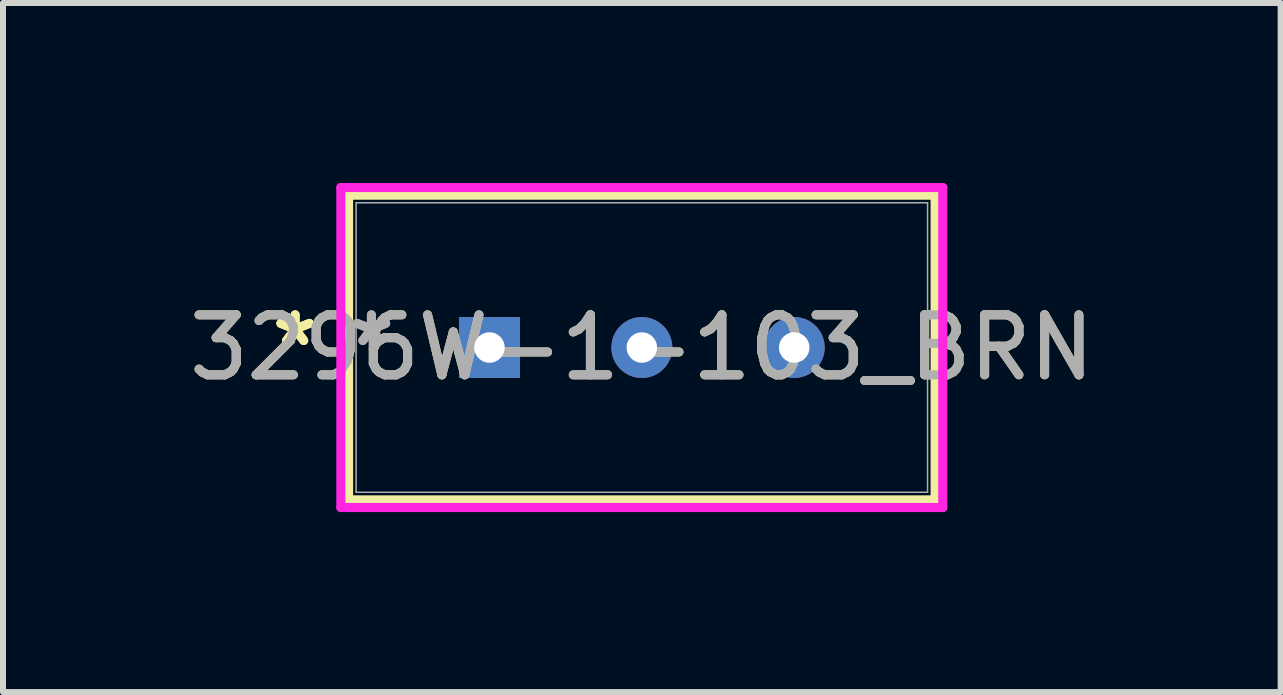
<source format=kicad_pcb>
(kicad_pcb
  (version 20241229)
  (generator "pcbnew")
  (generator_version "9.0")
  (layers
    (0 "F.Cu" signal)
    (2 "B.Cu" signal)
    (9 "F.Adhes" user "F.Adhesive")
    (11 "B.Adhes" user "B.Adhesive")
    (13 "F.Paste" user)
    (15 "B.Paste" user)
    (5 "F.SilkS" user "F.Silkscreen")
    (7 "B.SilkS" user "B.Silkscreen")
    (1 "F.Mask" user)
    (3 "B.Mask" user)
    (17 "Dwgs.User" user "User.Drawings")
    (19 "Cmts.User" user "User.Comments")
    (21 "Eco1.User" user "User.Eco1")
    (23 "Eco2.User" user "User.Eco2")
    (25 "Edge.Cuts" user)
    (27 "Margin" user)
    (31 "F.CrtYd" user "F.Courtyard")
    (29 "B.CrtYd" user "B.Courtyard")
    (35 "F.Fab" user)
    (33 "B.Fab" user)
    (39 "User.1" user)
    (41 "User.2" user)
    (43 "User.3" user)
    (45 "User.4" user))
  (footprint "3296W-1-103_BRN"
    (layer "F.Cu")
    (at 5.109 2.743)
    (property "Reference" "3296W-1-103_BRN" (at 2.54 0 0) (unlocked yes) (layer "F.SilkS") (effects (font (size 1 1) (thickness 0.15))))
    (attr through_hole)
    (fp_line (start -2.349 -2.54) (end -2.349 2.54) (stroke (width 0.152) (type solid)) (layer "F.SilkS"))
    (fp_line (start -2.349 2.54) (end 7.429 2.54) (stroke (width 0.152) (type solid)) (layer "F.SilkS"))
    (fp_line (start 7.429 -2.54) (end -2.349 -2.54) (stroke (width 0.152) (type solid)) (layer "F.SilkS"))
    (fp_line (start 7.429 2.54) (end 7.429 -2.54) (stroke (width 0.152) (type solid)) (layer "F.SilkS"))
    (fp_line (start -2.477 -2.667) (end 7.556 -2.667) (stroke (width 0.152) (type solid)) (layer "F.CrtYd"))
    (fp_line (start -2.477 2.667) (end -2.477 -2.667) (stroke (width 0.152) (type solid)) (layer "F.CrtYd"))
    (fp_line (start 7.556 -2.667) (end 7.556 2.667) (stroke (width 0.152) (type solid)) (layer "F.CrtYd"))
    (fp_line (start 7.556 2.667) (end -2.477 2.667) (stroke (width 0.152) (type solid)) (layer "F.CrtYd"))
    (fp_line (start -2.223 -2.413) (end -2.223 2.413) (stroke (width 0.025) (type solid)) (layer "F.Fab"))
    (fp_line (start -2.223 2.413) (end 7.303 2.413) (stroke (width 0.025) (type solid)) (layer "F.Fab"))
    (fp_line (start 7.303 -2.413) (end -2.223 -2.413) (stroke (width 0.025) (type solid)) (layer "F.Fab"))
    (fp_line (start 7.303 2.413) (end 7.303 -2.413) (stroke (width 0.025) (type solid)) (layer "F.Fab"))
    (fp_text user "*" (at -3.239 0 0) (unlocked yes) (layer "F.SilkS") (effects (font (size 1 1) (thickness 0.15))))
    (fp_text user "*" (at -3.239 0 0) (layer "F.SilkS") (effects (font (size 1 1) (thickness 0.15))))
    (fp_text user "*" (at -1.968 0 0) (unlocked yes) (layer "F.Fab") (effects (font (size 1 1) (thickness 0.15))))
    (fp_text user "*" (at -1.968 0 0) (layer "F.Fab") (effects (font (size 1 1) (thickness 0.15))))
    (fp_text user "${REFERENCE}" (at 2.54 0 0) (unlocked yes) (layer "F.Fab") (effects (font (size 1 1) (thickness 0.15))))
    (pad "1" thru_hole rect (at 0 0) (size 1.016 1.016) (drill 0.508) (layers "*.Cu" "*.Mask"))
    (pad "2" thru_hole circle (at 2.54 0) (size 1.016 1.016) (drill 0.508) (layers "*.Cu" "*.Mask"))
    (pad "3" thru_hole circle (at 5.08 0) (size 1.016 1.016) (drill 0.508) (layers "*.Cu" "*.Mask")))
  (gr_rect
    (start -3 -3)
    (end 18.298 8.486)
    (stroke (width 0.1) (type default))
    (fill no)
    (layer "Edge.Cuts")))
</source>
